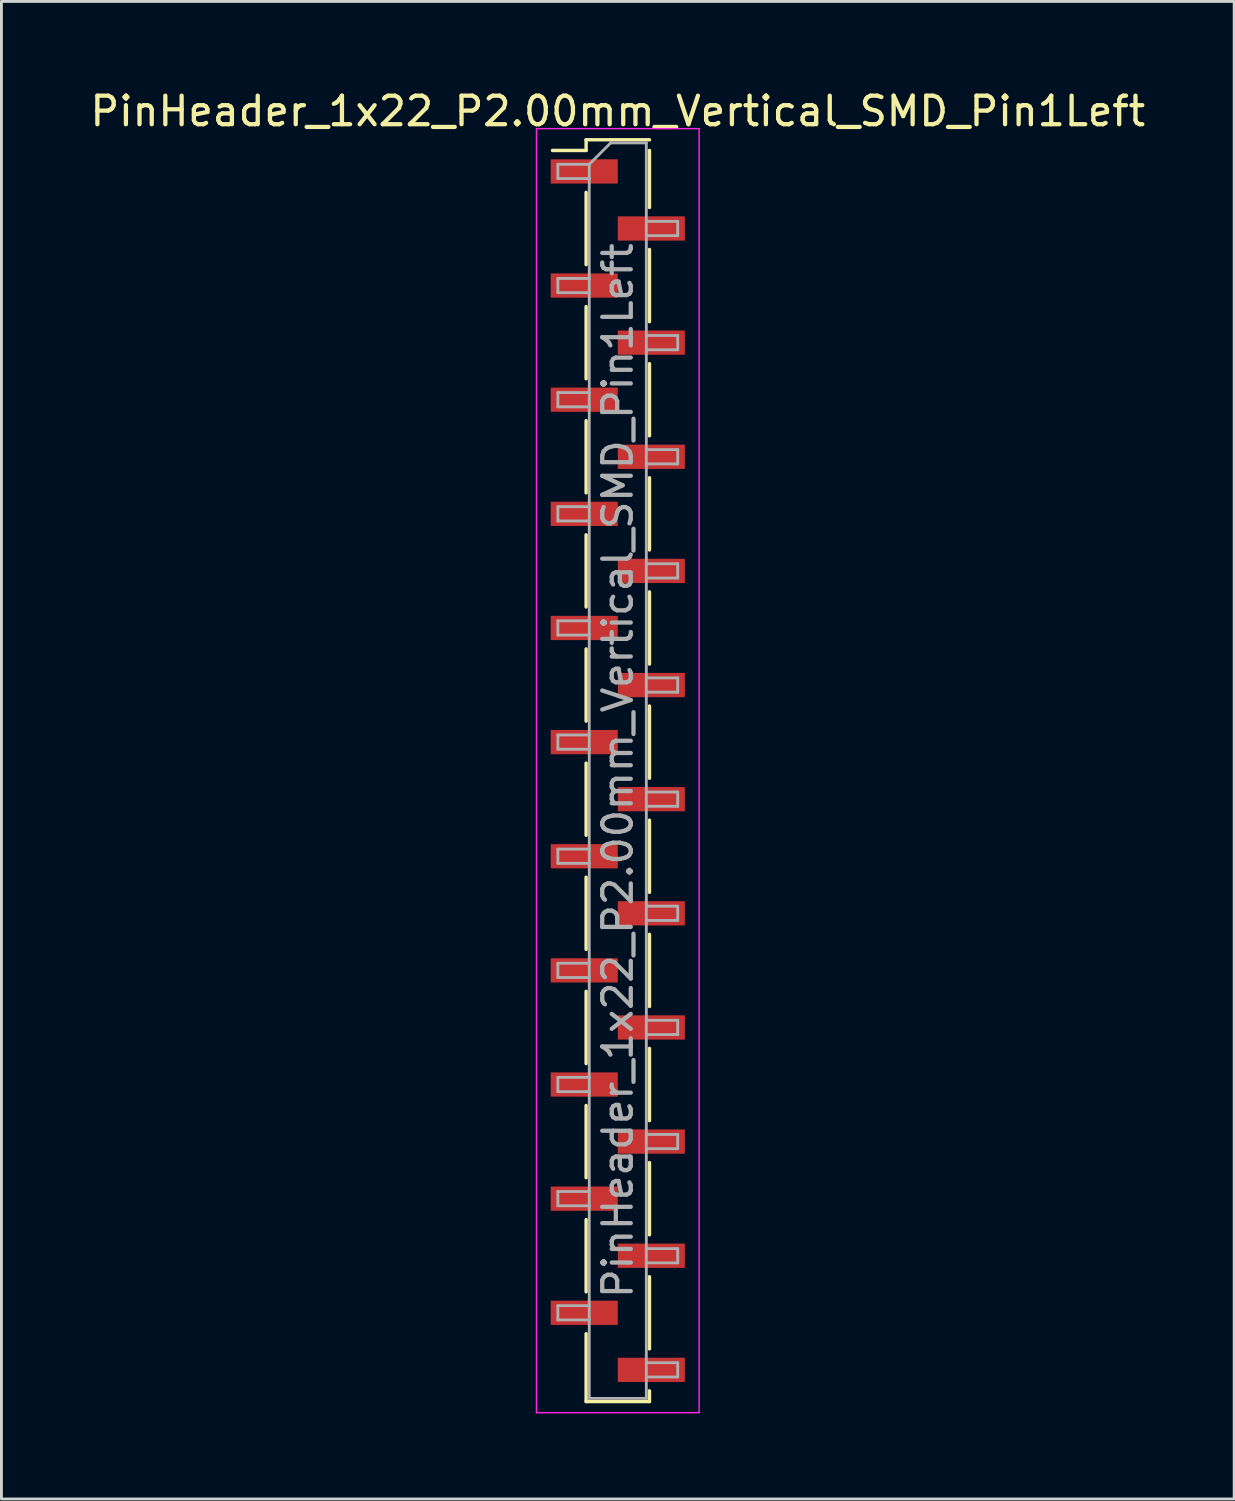
<source format=kicad_pcb>
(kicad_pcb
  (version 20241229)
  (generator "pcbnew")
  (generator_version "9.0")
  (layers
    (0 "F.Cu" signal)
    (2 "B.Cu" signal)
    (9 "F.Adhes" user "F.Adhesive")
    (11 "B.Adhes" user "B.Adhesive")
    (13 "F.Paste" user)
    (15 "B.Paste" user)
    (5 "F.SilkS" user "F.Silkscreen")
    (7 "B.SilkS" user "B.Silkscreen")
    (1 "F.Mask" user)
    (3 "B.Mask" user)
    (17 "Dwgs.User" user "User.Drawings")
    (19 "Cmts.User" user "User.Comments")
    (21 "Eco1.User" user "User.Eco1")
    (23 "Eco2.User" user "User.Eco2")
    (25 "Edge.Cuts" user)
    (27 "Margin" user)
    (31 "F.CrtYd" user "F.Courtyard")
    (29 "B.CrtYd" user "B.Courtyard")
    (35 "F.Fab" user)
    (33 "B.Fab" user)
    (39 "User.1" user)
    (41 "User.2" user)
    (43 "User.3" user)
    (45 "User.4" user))
  (footprint "PinHeader_1x22_P2.00mm_Vertical_SMD_Pin1Left"
    (layer "F.Cu")
    (at 18.601 23.958)
    (property "Reference" "PinHeader_1x22_P2.00mm_Vertical_SMD_Pin1Left" (at 0 -23.11 0) (layer "F.SilkS") (effects (font (size 1 1) (thickness 0.15))))
    (attr smd)
    (fp_line (start -1.11 -22.11) (end -1.11 -21.735) (stroke (width 0.12) (type solid)) (layer "F.SilkS"))
    (fp_line (start -1.11 -22.11) (end 1.11 -22.11) (stroke (width 0.12) (type solid)) (layer "F.SilkS"))
    (fp_line (start -1.11 -21.735) (end -2.29 -21.735) (stroke (width 0.12) (type solid)) (layer "F.SilkS"))
    (fp_line (start -1.11 -20.265) (end -1.11 -17.735) (stroke (width 0.12) (type solid)) (layer "F.SilkS"))
    (fp_line (start -1.11 -16.265) (end -1.11 -13.735) (stroke (width 0.12) (type solid)) (layer "F.SilkS"))
    (fp_line (start -1.11 -12.265) (end -1.11 -9.735) (stroke (width 0.12) (type solid)) (layer "F.SilkS"))
    (fp_line (start -1.11 -8.265) (end -1.11 -5.735) (stroke (width 0.12) (type solid)) (layer "F.SilkS"))
    (fp_line (start -1.11 -4.265) (end -1.11 -1.735) (stroke (width 0.12) (type solid)) (layer "F.SilkS"))
    (fp_line (start -1.11 -0.265) (end -1.11 2.265) (stroke (width 0.12) (type solid)) (layer "F.SilkS"))
    (fp_line (start -1.11 3.735) (end -1.11 6.265) (stroke (width 0.12) (type solid)) (layer "F.SilkS"))
    (fp_line (start -1.11 7.735) (end -1.11 10.265) (stroke (width 0.12) (type solid)) (layer "F.SilkS"))
    (fp_line (start -1.11 11.735) (end -1.11 14.265) (stroke (width 0.12) (type solid)) (layer "F.SilkS"))
    (fp_line (start -1.11 15.735) (end -1.11 18.265) (stroke (width 0.12) (type solid)) (layer "F.SilkS"))
    (fp_line (start -1.11 19.735) (end -1.11 22.11) (stroke (width 0.12) (type solid)) (layer "F.SilkS"))
    (fp_line (start -1.11 22.11) (end 1.11 22.11) (stroke (width 0.12) (type solid)) (layer "F.SilkS"))
    (fp_line (start 1.11 -21.735) (end 1.11 -19.735) (stroke (width 0.12) (type solid)) (layer "F.SilkS"))
    (fp_line (start 1.11 -18.265) (end 1.11 -15.735) (stroke (width 0.12) (type solid)) (layer "F.SilkS"))
    (fp_line (start 1.11 -14.265) (end 1.11 -11.735) (stroke (width 0.12) (type solid)) (layer "F.SilkS"))
    (fp_line (start 1.11 -10.265) (end 1.11 -7.735) (stroke (width 0.12) (type solid)) (layer "F.SilkS"))
    (fp_line (start 1.11 -6.265) (end 1.11 -3.735) (stroke (width 0.12) (type solid)) (layer "F.SilkS"))
    (fp_line (start 1.11 -2.265) (end 1.11 0.265) (stroke (width 0.12) (type solid)) (layer "F.SilkS"))
    (fp_line (start 1.11 1.735) (end 1.11 4.265) (stroke (width 0.12) (type solid)) (layer "F.SilkS"))
    (fp_line (start 1.11 5.735) (end 1.11 8.265) (stroke (width 0.12) (type solid)) (layer "F.SilkS"))
    (fp_line (start 1.11 9.735) (end 1.11 12.265) (stroke (width 0.12) (type solid)) (layer "F.SilkS"))
    (fp_line (start 1.11 13.735) (end 1.11 16.265) (stroke (width 0.12) (type solid)) (layer "F.SilkS"))
    (fp_line (start 1.11 17.735) (end 1.11 20.265) (stroke (width 0.12) (type solid)) (layer "F.SilkS"))
    (fp_line (start 1.11 21.735) (end 1.11 22.11) (stroke (width 0.12) (type solid)) (layer "F.SilkS"))
    (fp_line (start -2.85 -22.5) (end -2.85 22.5) (stroke (width 0.05) (type solid)) (layer "F.CrtYd"))
    (fp_line (start -2.85 22.5) (end 2.85 22.5) (stroke (width 0.05) (type solid)) (layer "F.CrtYd"))
    (fp_line (start 2.85 -22.5) (end -2.85 -22.5) (stroke (width 0.05) (type solid)) (layer "F.CrtYd"))
    (fp_line (start 2.85 22.5) (end 2.85 -22.5) (stroke (width 0.05) (type solid)) (layer "F.CrtYd"))
    (fp_line (start -2.1 -21.25) (end -2.1 -20.75) (stroke (width 0.1) (type solid)) (layer "F.Fab"))
    (fp_line (start -2.1 -20.75) (end -1 -20.75) (stroke (width 0.1) (type solid)) (layer "F.Fab"))
    (fp_line (start -2.1 -17.25) (end -2.1 -16.75) (stroke (width 0.1) (type solid)) (layer "F.Fab"))
    (fp_line (start -2.1 -16.75) (end -1 -16.75) (stroke (width 0.1) (type solid)) (layer "F.Fab"))
    (fp_line (start -2.1 -13.25) (end -2.1 -12.75) (stroke (width 0.1) (type solid)) (layer "F.Fab"))
    (fp_line (start -2.1 -12.75) (end -1 -12.75) (stroke (width 0.1) (type solid)) (layer "F.Fab"))
    (fp_line (start -2.1 -9.25) (end -2.1 -8.75) (stroke (width 0.1) (type solid)) (layer "F.Fab"))
    (fp_line (start -2.1 -8.75) (end -1 -8.75) (stroke (width 0.1) (type solid)) (layer "F.Fab"))
    (fp_line (start -2.1 -5.25) (end -2.1 -4.75) (stroke (width 0.1) (type solid)) (layer "F.Fab"))
    (fp_line (start -2.1 -4.75) (end -1 -4.75) (stroke (width 0.1) (type solid)) (layer "F.Fab"))
    (fp_line (start -2.1 -1.25) (end -2.1 -0.75) (stroke (width 0.1) (type solid)) (layer "F.Fab"))
    (fp_line (start -2.1 -0.75) (end -1 -0.75) (stroke (width 0.1) (type solid)) (layer "F.Fab"))
    (fp_line (start -2.1 2.75) (end -2.1 3.25) (stroke (width 0.1) (type solid)) (layer "F.Fab"))
    (fp_line (start -2.1 3.25) (end -1 3.25) (stroke (width 0.1) (type solid)) (layer "F.Fab"))
    (fp_line (start -2.1 6.75) (end -2.1 7.25) (stroke (width 0.1) (type solid)) (layer "F.Fab"))
    (fp_line (start -2.1 7.25) (end -1 7.25) (stroke (width 0.1) (type solid)) (layer "F.Fab"))
    (fp_line (start -2.1 10.75) (end -2.1 11.25) (stroke (width 0.1) (type solid)) (layer "F.Fab"))
    (fp_line (start -2.1 11.25) (end -1 11.25) (stroke (width 0.1) (type solid)) (layer "F.Fab"))
    (fp_line (start -2.1 14.75) (end -2.1 15.25) (stroke (width 0.1) (type solid)) (layer "F.Fab"))
    (fp_line (start -2.1 15.25) (end -1 15.25) (stroke (width 0.1) (type solid)) (layer "F.Fab"))
    (fp_line (start -2.1 18.75) (end -2.1 19.25) (stroke (width 0.1) (type solid)) (layer "F.Fab"))
    (fp_line (start -2.1 19.25) (end -1 19.25) (stroke (width 0.1) (type solid)) (layer "F.Fab"))
    (fp_line (start -1 -21.25) (end -2.1 -21.25) (stroke (width 0.1) (type solid)) (layer "F.Fab"))
    (fp_line (start -1 -21.25) (end -0.25 -22) (stroke (width 0.1) (type solid)) (layer "F.Fab"))
    (fp_line (start -1 -17.25) (end -2.1 -17.25) (stroke (width 0.1) (type solid)) (layer "F.Fab"))
    (fp_line (start -1 -13.25) (end -2.1 -13.25) (stroke (width 0.1) (type solid)) (layer "F.Fab"))
    (fp_line (start -1 -9.25) (end -2.1 -9.25) (stroke (width 0.1) (type solid)) (layer "F.Fab"))
    (fp_line (start -1 -5.25) (end -2.1 -5.25) (stroke (width 0.1) (type solid)) (layer "F.Fab"))
    (fp_line (start -1 -1.25) (end -2.1 -1.25) (stroke (width 0.1) (type solid)) (layer "F.Fab"))
    (fp_line (start -1 2.75) (end -2.1 2.75) (stroke (width 0.1) (type solid)) (layer "F.Fab"))
    (fp_line (start -1 6.75) (end -2.1 6.75) (stroke (width 0.1) (type solid)) (layer "F.Fab"))
    (fp_line (start -1 10.75) (end -2.1 10.75) (stroke (width 0.1) (type solid)) (layer "F.Fab"))
    (fp_line (start -1 14.75) (end -2.1 14.75) (stroke (width 0.1) (type solid)) (layer "F.Fab"))
    (fp_line (start -1 18.75) (end -2.1 18.75) (stroke (width 0.1) (type solid)) (layer "F.Fab"))
    (fp_line (start -1 22) (end -1 -21.25) (stroke (width 0.1) (type solid)) (layer "F.Fab"))
    (fp_line (start -0.25 -22) (end 1 -22) (stroke (width 0.1) (type solid)) (layer "F.Fab"))
    (fp_line (start 1 -22) (end 1 22) (stroke (width 0.1) (type solid)) (layer "F.Fab"))
    (fp_line (start 1 -19.25) (end 2.1 -19.25) (stroke (width 0.1) (type solid)) (layer "F.Fab"))
    (fp_line (start 1 -15.25) (end 2.1 -15.25) (stroke (width 0.1) (type solid)) (layer "F.Fab"))
    (fp_line (start 1 -11.25) (end 2.1 -11.25) (stroke (width 0.1) (type solid)) (layer "F.Fab"))
    (fp_line (start 1 -7.25) (end 2.1 -7.25) (stroke (width 0.1) (type solid)) (layer "F.Fab"))
    (fp_line (start 1 -3.25) (end 2.1 -3.25) (stroke (width 0.1) (type solid)) (layer "F.Fab"))
    (fp_line (start 1 0.75) (end 2.1 0.75) (stroke (width 0.1) (type solid)) (layer "F.Fab"))
    (fp_line (start 1 4.75) (end 2.1 4.75) (stroke (width 0.1) (type solid)) (layer "F.Fab"))
    (fp_line (start 1 8.75) (end 2.1 8.75) (stroke (width 0.1) (type solid)) (layer "F.Fab"))
    (fp_line (start 1 12.75) (end 2.1 12.75) (stroke (width 0.1) (type solid)) (layer "F.Fab"))
    (fp_line (start 1 16.75) (end 2.1 16.75) (stroke (width 0.1) (type solid)) (layer "F.Fab"))
    (fp_line (start 1 20.75) (end 2.1 20.75) (stroke (width 0.1) (type solid)) (layer "F.Fab"))
    (fp_line (start 1 22) (end -1 22) (stroke (width 0.1) (type solid)) (layer "F.Fab"))
    (fp_line (start 2.1 -19.25) (end 2.1 -18.75) (stroke (width 0.1) (type solid)) (layer "F.Fab"))
    (fp_line (start 2.1 -18.75) (end 1 -18.75) (stroke (width 0.1) (type solid)) (layer "F.Fab"))
    (fp_line (start 2.1 -15.25) (end 2.1 -14.75) (stroke (width 0.1) (type solid)) (layer "F.Fab"))
    (fp_line (start 2.1 -14.75) (end 1 -14.75) (stroke (width 0.1) (type solid)) (layer "F.Fab"))
    (fp_line (start 2.1 -11.25) (end 2.1 -10.75) (stroke (width 0.1) (type solid)) (layer "F.Fab"))
    (fp_line (start 2.1 -10.75) (end 1 -10.75) (stroke (width 0.1) (type solid)) (layer "F.Fab"))
    (fp_line (start 2.1 -7.25) (end 2.1 -6.75) (stroke (width 0.1) (type solid)) (layer "F.Fab"))
    (fp_line (start 2.1 -6.75) (end 1 -6.75) (stroke (width 0.1) (type solid)) (layer "F.Fab"))
    (fp_line (start 2.1 -3.25) (end 2.1 -2.75) (stroke (width 0.1) (type solid)) (layer "F.Fab"))
    (fp_line (start 2.1 -2.75) (end 1 -2.75) (stroke (width 0.1) (type solid)) (layer "F.Fab"))
    (fp_line (start 2.1 0.75) (end 2.1 1.25) (stroke (width 0.1) (type solid)) (layer "F.Fab"))
    (fp_line (start 2.1 1.25) (end 1 1.25) (stroke (width 0.1) (type solid)) (layer "F.Fab"))
    (fp_line (start 2.1 4.75) (end 2.1 5.25) (stroke (width 0.1) (type solid)) (layer "F.Fab"))
    (fp_line (start 2.1 5.25) (end 1 5.25) (stroke (width 0.1) (type solid)) (layer "F.Fab"))
    (fp_line (start 2.1 8.75) (end 2.1 9.25) (stroke (width 0.1) (type solid)) (layer "F.Fab"))
    (fp_line (start 2.1 9.25) (end 1 9.25) (stroke (width 0.1) (type solid)) (layer "F.Fab"))
    (fp_line (start 2.1 12.75) (end 2.1 13.25) (stroke (width 0.1) (type solid)) (layer "F.Fab"))
    (fp_line (start 2.1 13.25) (end 1 13.25) (stroke (width 0.1) (type solid)) (layer "F.Fab"))
    (fp_line (start 2.1 16.75) (end 2.1 17.25) (stroke (width 0.1) (type solid)) (layer "F.Fab"))
    (fp_line (start 2.1 17.25) (end 1 17.25) (stroke (width 0.1) (type solid)) (layer "F.Fab"))
    (fp_line (start 2.1 20.75) (end 2.1 21.25) (stroke (width 0.1) (type solid)) (layer "F.Fab"))
    (fp_line (start 2.1 21.25) (end 1 21.25) (stroke (width 0.1) (type solid)) (layer "F.Fab"))
    (fp_text user "${REFERENCE}" (at 0 0 90) (layer "F.Fab") (effects (font (size 1 1) (thickness 0.15))))
    (pad "1" smd rect (at -1.175 -21) (size 2.35 0.85) (layers "F.Cu" "F.Mask" "F.Paste"))
    (pad "2" smd rect (at 1.175 -19) (size 2.35 0.85) (layers "F.Cu" "F.Mask" "F.Paste"))
    (pad "3" smd rect (at -1.175 -17) (size 2.35 0.85) (layers "F.Cu" "F.Mask" "F.Paste"))
    (pad "4" smd rect (at 1.175 -15) (size 2.35 0.85) (layers "F.Cu" "F.Mask" "F.Paste"))
    (pad "5" smd rect (at -1.175 -13) (size 2.35 0.85) (layers "F.Cu" "F.Mask" "F.Paste"))
    (pad "6" smd rect (at 1.175 -11) (size 2.35 0.85) (layers "F.Cu" "F.Mask" "F.Paste"))
    (pad "7" smd rect (at -1.175 -9) (size 2.35 0.85) (layers "F.Cu" "F.Mask" "F.Paste"))
    (pad "8" smd rect (at 1.175 -7) (size 2.35 0.85) (layers "F.Cu" "F.Mask" "F.Paste"))
    (pad "9" smd rect (at -1.175 -5) (size 2.35 0.85) (layers "F.Cu" "F.Mask" "F.Paste"))
    (pad "10" smd rect (at 1.175 -3) (size 2.35 0.85) (layers "F.Cu" "F.Mask" "F.Paste"))
    (pad "11" smd rect (at -1.175 -1) (size 2.35 0.85) (layers "F.Cu" "F.Mask" "F.Paste"))
    (pad "12" smd rect (at 1.175 1) (size 2.35 0.85) (layers "F.Cu" "F.Mask" "F.Paste"))
    (pad "13" smd rect (at -1.175 3) (size 2.35 0.85) (layers "F.Cu" "F.Mask" "F.Paste"))
    (pad "14" smd rect (at 1.175 5) (size 2.35 0.85) (layers "F.Cu" "F.Mask" "F.Paste"))
    (pad "15" smd rect (at -1.175 7) (size 2.35 0.85) (layers "F.Cu" "F.Mask" "F.Paste"))
    (pad "16" smd rect (at 1.175 9) (size 2.35 0.85) (layers "F.Cu" "F.Mask" "F.Paste"))
    (pad "17" smd rect (at -1.175 11) (size 2.35 0.85) (layers "F.Cu" "F.Mask" "F.Paste"))
    (pad "18" smd rect (at 1.175 13) (size 2.35 0.85) (layers "F.Cu" "F.Mask" "F.Paste"))
    (pad "19" smd rect (at -1.175 15) (size 2.35 0.85) (layers "F.Cu" "F.Mask" "F.Paste"))
    (pad "20" smd rect (at 1.175 17) (size 2.35 0.85) (layers "F.Cu" "F.Mask" "F.Paste"))
    (pad "21" smd rect (at -1.175 19) (size 2.35 0.85) (layers "F.Cu" "F.Mask" "F.Paste"))
    (pad "22" smd rect (at 1.175 21) (size 2.35 0.85) (layers "F.Cu" "F.Mask" "F.Paste")))
  (gr_rect
    (start -3 -3)
    (end 40.202 49.483)
    (stroke (width 0.1) (type default))
    (fill no)
    (layer "Edge.Cuts")))
</source>
